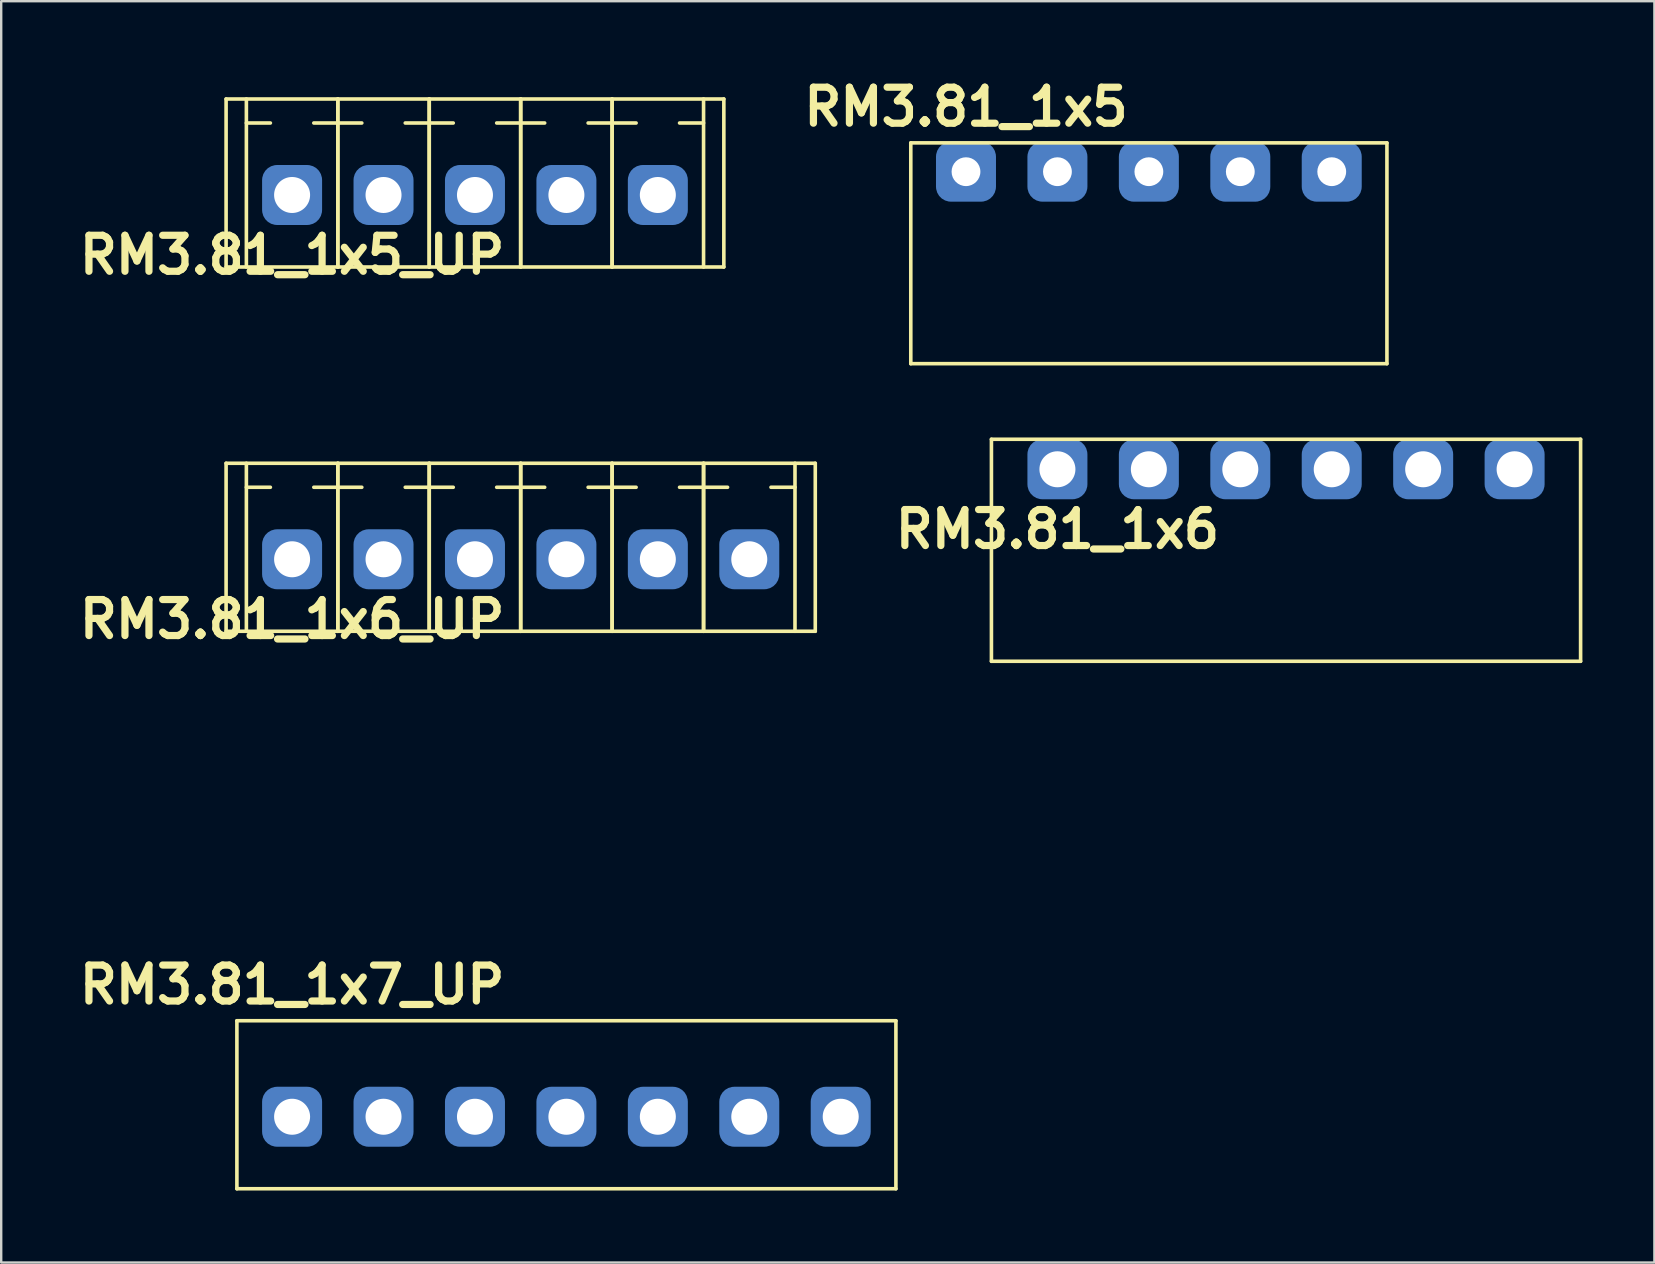
<source format=kicad_pcb>
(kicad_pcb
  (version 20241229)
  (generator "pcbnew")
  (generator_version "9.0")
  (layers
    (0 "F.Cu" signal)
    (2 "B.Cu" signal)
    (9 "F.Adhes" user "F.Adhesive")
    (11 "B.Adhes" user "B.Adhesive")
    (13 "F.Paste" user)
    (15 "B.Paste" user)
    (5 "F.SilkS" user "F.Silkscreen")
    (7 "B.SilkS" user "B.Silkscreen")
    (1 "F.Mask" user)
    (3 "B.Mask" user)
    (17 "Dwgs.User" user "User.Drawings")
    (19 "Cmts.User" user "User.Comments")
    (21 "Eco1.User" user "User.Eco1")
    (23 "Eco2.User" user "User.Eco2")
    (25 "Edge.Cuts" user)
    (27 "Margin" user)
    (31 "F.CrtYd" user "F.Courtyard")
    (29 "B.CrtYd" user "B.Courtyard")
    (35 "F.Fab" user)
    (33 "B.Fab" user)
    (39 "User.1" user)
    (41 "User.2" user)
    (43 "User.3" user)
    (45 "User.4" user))
  (footprint "RM3.81_1x5"
    (layer "F.Cu")
    (at 37.201 4.104)
    (property "Reference" "RM3.81_1x5" (at 0 -2.7 0) (layer "F.SilkS") (effects (font (size 1.5 1.5) (thickness 0.3))))
    (attr through_hole)
    (fp_line (start -2.3 -1.2) (end -2.3 8) (stroke (width 0.15) (type solid)) (layer "F.SilkS"))
    (fp_line (start -2.3 -1.2) (end 17.54 -1.2) (stroke (width 0.15) (type solid)) (layer "F.SilkS"))
    (fp_line (start -2.3 8) (end 17.54 8) (stroke (width 0.15) (type solid)) (layer "F.SilkS"))
    (fp_line (start 17.54 -1.2) (end 17.54 8) (stroke (width 0.15) (type solid)) (layer "F.SilkS"))
    (pad "0" thru_hole circle (at 0 0) (size 1.5 1.5) (drill 1.2) (layers "*.Cu" "*.Mask"))
    (pad "0" smd roundrect (at 0 0) (size 2.5 2.5) (layers "B.Cu" "B.Mask") (roundrect_rratio 0.25))
    (pad "1" thru_hole circle (at 3.81 0) (size 1.5 1.5) (drill 1.2) (layers "*.Cu" "*.Mask"))
    (pad "1" smd roundrect (at 3.81 0) (size 2.5 2.5) (layers "B.Cu" "B.Mask") (roundrect_rratio 0.25))
    (pad "2" thru_hole circle (at 7.62 0) (size 1.5 1.5) (drill 1.2) (layers "*.Cu" "*.Mask"))
    (pad "2" smd roundrect (at 7.62 0) (size 2.5 2.5) (layers "B.Cu" "B.Mask") (roundrect_rratio 0.25))
    (pad "3" thru_hole circle (at 11.43 0) (size 1.5 1.5) (drill 1.2) (layers "*.Cu" "*.Mask"))
    (pad "3" smd roundrect (at 11.43 0) (size 2.5 2.5) (layers "B.Cu" "B.Mask") (roundrect_rratio 0.25))
    (pad "4" thru_hole circle (at 15.24 0) (size 1.5 1.5) (drill 1.2) (layers "*.Cu" "*.Mask"))
    (pad "4" smd roundrect (at 15.24 0) (size 2.5 2.5) (layers "B.Cu" "B.Mask") (roundrect_rratio 0.25)))
  (footprint "RM3.81_1x6_UP"
    (layer "F.Cu")
    (at 9.121 20.254)
    (property "Reference" "RM3.81_1x6_UP" (at 0 2.5 0) (layer "F.SilkS") (effects (font (size 1.5 1.5) (thickness 0.3))))
    (attr through_hole)
    (fp_line (start -2.75 -4) (end -2.75 3) (stroke (width 0.15) (type solid)) (layer "F.SilkS"))
    (fp_line (start -2.75 -4) (end 21.8 -4) (stroke (width 0.15) (type solid)) (layer "F.SilkS"))
    (fp_line (start -2.75 3) (end 21.8 3) (stroke (width 0.15) (type solid)) (layer "F.SilkS"))
    (fp_line (start -1.905 -3) (end -0.905 -3) (stroke (width 0.15) (type solid)) (layer "F.SilkS"))
    (fp_line (start -1.905 3) (end -1.905 -4) (stroke (width 0.15) (type solid)) (layer "F.SilkS"))
    (fp_line (start 1.905 -3) (end 0.905 -3) (stroke (width 0.15) (type solid)) (layer "F.SilkS"))
    (fp_line (start 1.905 -3) (end 2.905 -3) (stroke (width 0.15) (type solid)) (layer "F.SilkS"))
    (fp_line (start 1.905 3) (end 1.905 -4) (stroke (width 0.15) (type solid)) (layer "F.SilkS"))
    (fp_line (start 1.905 3) (end 1.905 -4) (stroke (width 0.15) (type solid)) (layer "F.SilkS"))
    (fp_line (start 5.715 -3) (end 4.715 -3) (stroke (width 0.15) (type solid)) (layer "F.SilkS"))
    (fp_line (start 5.715 -3) (end 6.715 -3) (stroke (width 0.15) (type solid)) (layer "F.SilkS"))
    (fp_line (start 5.715 3) (end 5.715 -4) (stroke (width 0.15) (type solid)) (layer "F.SilkS"))
    (fp_line (start 5.715 3) (end 5.715 -4) (stroke (width 0.15) (type solid)) (layer "F.SilkS"))
    (fp_line (start 9.525 -3) (end 8.525 -3) (stroke (width 0.15) (type solid)) (layer "F.SilkS"))
    (fp_line (start 9.525 -3) (end 10.525 -3) (stroke (width 0.15) (type solid)) (layer "F.SilkS"))
    (fp_line (start 9.525 3) (end 9.525 -4) (stroke (width 0.15) (type solid)) (layer "F.SilkS"))
    (fp_line (start 9.525 3) (end 9.525 -4) (stroke (width 0.15) (type solid)) (layer "F.SilkS"))
    (fp_line (start 13.335 -3) (end 12.335 -3) (stroke (width 0.15) (type solid)) (layer "F.SilkS"))
    (fp_line (start 13.335 -3) (end 14.335 -3) (stroke (width 0.15) (type solid)) (layer "F.SilkS"))
    (fp_line (start 13.335 3) (end 13.335 -4) (stroke (width 0.15) (type solid)) (layer "F.SilkS"))
    (fp_line (start 13.335 3) (end 13.335 -4) (stroke (width 0.15) (type solid)) (layer "F.SilkS"))
    (fp_line (start 17.145 -3) (end 16.145 -3) (stroke (width 0.15) (type solid)) (layer "F.SilkS"))
    (fp_line (start 17.145 -3) (end 18.145 -3) (stroke (width 0.15) (type solid)) (layer "F.SilkS"))
    (fp_line (start 17.145 3) (end 17.145 -4) (stroke (width 0.15) (type solid)) (layer "F.SilkS"))
    (fp_line (start 17.145 3) (end 17.145 -4) (stroke (width 0.15) (type solid)) (layer "F.SilkS"))
    (fp_line (start 20.955 -3) (end 19.955 -3) (stroke (width 0.15) (type solid)) (layer "F.SilkS"))
    (fp_line (start 20.955 3) (end 20.955 -4) (stroke (width 0.15) (type solid)) (layer "F.SilkS"))
    (fp_line (start 21.8 -4) (end 21.8 3) (stroke (width 0.15) (type solid)) (layer "F.SilkS"))
    (fp_line (start -1.905 -5) (end 20.955 -5) (stroke (width 0.15) (type solid)) (layer "Margin"))
    (fp_line (start -1.905 6.5) (end -1.905 -5) (stroke (width 0.15) (type solid)) (layer "Margin"))
    (fp_line (start -1.905 6.5) (end 20.955 6.5) (stroke (width 0.15) (type solid)) (layer "Margin"))
    (fp_line (start -1 1.5) (end 1 1.5) (stroke (width 0.15) (type solid)) (layer "Margin"))
    (fp_line (start -1 4) (end -1 1.5) (stroke (width 0.15) (type solid)) (layer "Margin"))
    (fp_line (start -1 4) (end 1 4) (stroke (width 0.15) (type solid)) (layer "Margin"))
    (fp_line (start 1 4) (end 1 1.5) (stroke (width 0.15) (type solid)) (layer "Margin"))
    (fp_line (start 2.81 1.5) (end 4.81 1.5) (stroke (width 0.15) (type solid)) (layer "Margin"))
    (fp_line (start 2.81 4) (end 2.81 1.5) (stroke (width 0.15) (type solid)) (layer "Margin"))
    (fp_line (start 2.81 4) (end 4.81 4) (stroke (width 0.15) (type solid)) (layer "Margin"))
    (fp_line (start 4.81 4) (end 4.81 1.5) (stroke (width 0.15) (type solid)) (layer "Margin"))
    (fp_line (start 6.62 1.5) (end 8.62 1.5) (stroke (width 0.15) (type solid)) (layer "Margin"))
    (fp_line (start 6.62 4) (end 6.62 1.5) (stroke (width 0.15) (type solid)) (layer "Margin"))
    (fp_line (start 6.62 4) (end 8.62 4) (stroke (width 0.15) (type solid)) (layer "Margin"))
    (fp_line (start 8.62 4) (end 8.62 1.5) (stroke (width 0.15) (type solid)) (layer "Margin"))
    (fp_line (start 10.43 1.5) (end 12.43 1.5) (stroke (width 0.15) (type solid)) (layer "Margin"))
    (fp_line (start 10.43 4) (end 10.43 1.5) (stroke (width 0.15) (type solid)) (layer "Margin"))
    (fp_line (start 10.43 4) (end 12.43 4) (stroke (width 0.15) (type solid)) (layer "Margin"))
    (fp_line (start 12.43 4) (end 12.43 1.5) (stroke (width 0.15) (type solid)) (layer "Margin"))
    (fp_line (start 14.24 1.5) (end 16.24 1.5) (stroke (width 0.15) (type solid)) (layer "Margin"))
    (fp_line (start 14.24 4) (end 14.24 1.5) (stroke (width 0.15) (type solid)) (layer "Margin"))
    (fp_line (start 14.24 4) (end 16.24 4) (stroke (width 0.15) (type solid)) (layer "Margin"))
    (fp_line (start 16.24 4) (end 16.24 1.5) (stroke (width 0.15) (type solid)) (layer "Margin"))
    (fp_line (start 18.05 1.5) (end 20.05 1.5) (stroke (width 0.15) (type solid)) (layer "Margin"))
    (fp_line (start 18.05 4) (end 18.05 1.5) (stroke (width 0.15) (type solid)) (layer "Margin"))
    (fp_line (start 18.05 4) (end 20.05 4) (stroke (width 0.15) (type solid)) (layer "Margin"))
    (fp_line (start 20.05 4) (end 20.05 1.5) (stroke (width 0.15) (type solid)) (layer "Margin"))
    (fp_line (start 20.955 6.5) (end 20.955 -5) (stroke (width 0.15) (type solid)) (layer "Margin"))
    (pad "1" thru_hole circle (at 0 0) (size 1.8 1.8) (drill 1.5) (layers "*.Cu" "*.Mask"))
    (pad "1" smd roundrect (at 0 0) (size 2.5 2.5) (layers "B.Cu" "B.Mask") (roundrect_rratio 0.25))
    (pad "2" thru_hole circle (at 3.81 0) (size 1.8 1.8) (drill 1.5) (layers "*.Cu" "*.Mask"))
    (pad "2" smd roundrect (at 3.81 0) (size 2.5 2.5) (layers "B.Cu" "B.Mask") (roundrect_rratio 0.25))
    (pad "3" thru_hole circle (at 7.62 0) (size 1.8 1.8) (drill 1.5) (layers "*.Cu" "*.Mask"))
    (pad "3" smd roundrect (at 7.62 0) (size 2.5 2.5) (layers "B.Cu" "B.Mask") (roundrect_rratio 0.25))
    (pad "4" thru_hole circle (at 11.43 0) (size 1.8 1.8) (drill 1.5) (layers "*.Cu" "*.Mask"))
    (pad "4" smd roundrect (at 11.43 0) (size 2.5 2.5) (layers "B.Cu" "B.Mask") (roundrect_rratio 0.25))
    (pad "5" thru_hole circle (at 15.24 0) (size 1.8 1.8) (drill 1.5) (layers "*.Cu" "*.Mask"))
    (pad "5" smd roundrect (at 15.24 0) (size 2.5 2.5) (layers "B.Cu" "B.Mask") (roundrect_rratio 0.25))
    (pad "6" thru_hole circle (at 19.05 0) (size 1.8 1.8) (drill 1.5) (layers "*.Cu" "*.Mask"))
    (pad "6" smd roundrect (at 19.05 0) (size 2.5 2.5) (layers "B.Cu" "B.Mask") (roundrect_rratio 0.25)))
  (footprint "RM3.81_1x7_UP"
    (layer "F.Cu")
    (at 9.121 43.483)
    (property "Reference" "RM3.81_1x7_UP" (at 0 -5.5 0) (layer "F.SilkS") (effects (font (size 1.5 1.5) (thickness 0.3))))
    (attr through_hole)
    (fp_line (start -2.3 -4) (end -2.3 3) (stroke (width 0.15) (type solid)) (layer "F.SilkS"))
    (fp_line (start -2.3 -4) (end 25.16 -4) (stroke (width 0.15) (type solid)) (layer "F.SilkS"))
    (fp_line (start -2.3 3) (end 25.16 3) (stroke (width 0.15) (type solid)) (layer "F.SilkS"))
    (fp_line (start 25.16 -4) (end 25.16 3) (stroke (width 0.15) (type solid)) (layer "F.SilkS"))
    (pad "1" thru_hole circle (at 0 0) (size 1.8 1.8) (drill 1.5) (layers "*.Cu" "*.Mask"))
    (pad "1" smd roundrect (at 0 0) (size 2.5 2.5) (layers "B.Cu" "B.Mask") (roundrect_rratio 0.25))
    (pad "2" thru_hole circle (at 3.81 0) (size 1.8 1.8) (drill 1.5) (layers "*.Cu" "*.Mask"))
    (pad "2" smd roundrect (at 3.81 0) (size 2.5 2.5) (layers "B.Cu" "B.Mask") (roundrect_rratio 0.25))
    (pad "3" thru_hole circle (at 7.62 0) (size 1.8 1.8) (drill 1.5) (layers "*.Cu" "*.Mask"))
    (pad "3" smd roundrect (at 7.62 0) (size 2.5 2.5) (layers "B.Cu" "B.Mask") (roundrect_rratio 0.25))
    (pad "4" thru_hole circle (at 11.43 0) (size 1.8 1.8) (drill 1.5) (layers "*.Cu" "*.Mask"))
    (pad "4" smd roundrect (at 11.43 0) (size 2.5 2.5) (layers "B.Cu" "B.Mask") (roundrect_rratio 0.25))
    (pad "5" thru_hole circle (at 15.24 0) (size 1.8 1.8) (drill 1.5) (layers "*.Cu" "*.Mask"))
    (pad "5" smd roundrect (at 15.24 0) (size 2.5 2.5) (layers "B.Cu" "B.Mask") (roundrect_rratio 0.25))
    (pad "6" thru_hole circle (at 19.05 0) (size 1.8 1.8) (drill 1.5) (layers "*.Cu" "*.Mask"))
    (pad "6" smd roundrect (at 19.05 0) (size 2.5 2.5) (layers "B.Cu" "B.Mask") (roundrect_rratio 0.25))
    (pad "7" thru_hole circle (at 22.86 0) (size 1.8 1.8) (drill 1.5) (layers "*.Cu" "*.Mask"))
    (pad "7" smd roundrect (at 22.86 0) (size 2.5 2.5) (layers "B.Cu" "B.Mask") (roundrect_rratio 0.25)))
  (footprint "RM3.81_1x5_UP"
    (layer "F.Cu")
    (at 9.121 5.075)
    (property "Reference" "RM3.81_1x5_UP" (at 0 2.5 0) (layer "F.SilkS") (effects (font (size 1.5 1.5) (thickness 0.3))))
    (attr through_hole)
    (fp_line (start -2.75 -4) (end -2.75 3) (stroke (width 0.15) (type solid)) (layer "F.SilkS"))
    (fp_line (start -2.75 -4) (end 17.99 -4) (stroke (width 0.15) (type solid)) (layer "F.SilkS"))
    (fp_line (start -2.75 3) (end 17.99 3) (stroke (width 0.15) (type solid)) (layer "F.SilkS"))
    (fp_line (start -1.905 -3) (end -0.905 -3) (stroke (width 0.15) (type solid)) (layer "F.SilkS"))
    (fp_line (start -1.905 3) (end -1.905 -4) (stroke (width 0.15) (type solid)) (layer "F.SilkS"))
    (fp_line (start 1.905 -3) (end 0.905 -3) (stroke (width 0.15) (type solid)) (layer "F.SilkS"))
    (fp_line (start 1.905 -3) (end 2.905 -3) (stroke (width 0.15) (type solid)) (layer "F.SilkS"))
    (fp_line (start 1.905 3) (end 1.905 -4) (stroke (width 0.15) (type solid)) (layer "F.SilkS"))
    (fp_line (start 1.905 3) (end 1.905 -4) (stroke (width 0.15) (type solid)) (layer "F.SilkS"))
    (fp_line (start 5.715 -3) (end 4.715 -3) (stroke (width 0.15) (type solid)) (layer "F.SilkS"))
    (fp_line (start 5.715 -3) (end 6.715 -3) (stroke (width 0.15) (type solid)) (layer "F.SilkS"))
    (fp_line (start 5.715 3) (end 5.715 -4) (stroke (width 0.15) (type solid)) (layer "F.SilkS"))
    (fp_line (start 5.715 3) (end 5.715 -4) (stroke (width 0.15) (type solid)) (layer "F.SilkS"))
    (fp_line (start 9.525 -3) (end 8.525 -3) (stroke (width 0.15) (type solid)) (layer "F.SilkS"))
    (fp_line (start 9.525 -3) (end 10.525 -3) (stroke (width 0.15) (type solid)) (layer "F.SilkS"))
    (fp_line (start 9.525 3) (end 9.525 -4) (stroke (width 0.15) (type solid)) (layer "F.SilkS"))
    (fp_line (start 9.525 3) (end 9.525 -4) (stroke (width 0.15) (type solid)) (layer "F.SilkS"))
    (fp_line (start 13.335 -3) (end 12.335 -3) (stroke (width 0.15) (type solid)) (layer "F.SilkS"))
    (fp_line (start 13.335 -3) (end 14.335 -3) (stroke (width 0.15) (type solid)) (layer "F.SilkS"))
    (fp_line (start 13.335 3) (end 13.335 -4) (stroke (width 0.15) (type solid)) (layer "F.SilkS"))
    (fp_line (start 13.335 3) (end 13.335 -4) (stroke (width 0.15) (type solid)) (layer "F.SilkS"))
    (fp_line (start 17.145 -3) (end 16.145 -3) (stroke (width 0.15) (type solid)) (layer "F.SilkS"))
    (fp_line (start 17.145 3) (end 17.145 -4) (stroke (width 0.15) (type solid)) (layer "F.SilkS"))
    (fp_line (start 17.99 -4) (end 17.99 3) (stroke (width 0.15) (type solid)) (layer "F.SilkS"))
    (fp_line (start -1.905 -5) (end 17.145 -5) (stroke (width 0.15) (type solid)) (layer "Margin"))
    (fp_line (start -1.905 6.5) (end -1.905 -5) (stroke (width 0.15) (type solid)) (layer "Margin"))
    (fp_line (start -1.905 6.5) (end 17.145 6.5) (stroke (width 0.15) (type solid)) (layer "Margin"))
    (fp_line (start -1 1.5) (end 1 1.5) (stroke (width 0.15) (type solid)) (layer "Margin"))
    (fp_line (start -1 4) (end -1 1.5) (stroke (width 0.15) (type solid)) (layer "Margin"))
    (fp_line (start -1 4) (end 1 4) (stroke (width 0.15) (type solid)) (layer "Margin"))
    (fp_line (start 1 4) (end 1 1.5) (stroke (width 0.15) (type solid)) (layer "Margin"))
    (fp_line (start 2.81 1.5) (end 4.81 1.5) (stroke (width 0.15) (type solid)) (layer "Margin"))
    (fp_line (start 2.81 4) (end 2.81 1.5) (stroke (width 0.15) (type solid)) (layer "Margin"))
    (fp_line (start 2.81 4) (end 4.81 4) (stroke (width 0.15) (type solid)) (layer "Margin"))
    (fp_line (start 4.81 4) (end 4.81 1.5) (stroke (width 0.15) (type solid)) (layer "Margin"))
    (fp_line (start 6.62 1.5) (end 8.62 1.5) (stroke (width 0.15) (type solid)) (layer "Margin"))
    (fp_line (start 6.62 4) (end 6.62 1.5) (stroke (width 0.15) (type solid)) (layer "Margin"))
    (fp_line (start 6.62 4) (end 8.62 4) (stroke (width 0.15) (type solid)) (layer "Margin"))
    (fp_line (start 8.62 4) (end 8.62 1.5) (stroke (width 0.15) (type solid)) (layer "Margin"))
    (fp_line (start 10.43 1.5) (end 12.43 1.5) (stroke (width 0.15) (type solid)) (layer "Margin"))
    (fp_line (start 10.43 4) (end 10.43 1.5) (stroke (width 0.15) (type solid)) (layer "Margin"))
    (fp_line (start 10.43 4) (end 12.43 4) (stroke (width 0.15) (type solid)) (layer "Margin"))
    (fp_line (start 12.43 4) (end 12.43 1.5) (stroke (width 0.15) (type solid)) (layer "Margin"))
    (fp_line (start 14.24 1.5) (end 16.24 1.5) (stroke (width 0.15) (type solid)) (layer "Margin"))
    (fp_line (start 14.24 4) (end 14.24 1.5) (stroke (width 0.15) (type solid)) (layer "Margin"))
    (fp_line (start 14.24 4) (end 16.24 4) (stroke (width 0.15) (type solid)) (layer "Margin"))
    (fp_line (start 16.24 4) (end 16.24 1.5) (stroke (width 0.15) (type solid)) (layer "Margin"))
    (fp_line (start 17.145 6.5) (end 17.145 -5) (stroke (width 0.15) (type solid)) (layer "Margin"))
    (pad "1" thru_hole circle (at 0 0) (size 1.8 1.8) (drill 1.5) (layers "*.Cu" "*.Mask"))
    (pad "1" smd roundrect (at 0 0) (size 2.5 2.5) (layers "B.Cu" "B.Mask") (roundrect_rratio 0.25))
    (pad "2" thru_hole circle (at 3.81 0) (size 1.8 1.8) (drill 1.5) (layers "*.Cu" "*.Mask"))
    (pad "2" smd roundrect (at 3.81 0) (size 2.5 2.5) (layers "B.Cu" "B.Mask") (roundrect_rratio 0.25))
    (pad "3" thru_hole circle (at 7.62 0) (size 1.8 1.8) (drill 1.5) (layers "*.Cu" "*.Mask"))
    (pad "3" smd roundrect (at 7.62 0) (size 2.5 2.5) (layers "B.Cu" "B.Mask") (roundrect_rratio 0.25))
    (pad "4" thru_hole circle (at 11.43 0) (size 1.8 1.8) (drill 1.5) (layers "*.Cu" "*.Mask"))
    (pad "4" smd roundrect (at 11.43 0) (size 2.5 2.5) (layers "B.Cu" "B.Mask") (roundrect_rratio 0.25))
    (pad "5" thru_hole circle (at 15.24 0) (size 1.8 1.8) (drill 1.5) (layers "*.Cu" "*.Mask"))
    (pad "5" smd roundrect (at 15.24 0) (size 2.5 2.5) (layers "B.Cu" "B.Mask") (roundrect_rratio 0.25)))
  (footprint "RM3.81_1x6"
    (layer "F.Cu")
    (at 41.011 16.504)
    (property "Reference" "RM3.81_1x6" (at 0 2.5 0) (layer "F.SilkS") (effects (font (size 1.5 1.5) (thickness 0.3))))
    (attr through_hole)
    (fp_line (start -2.75 -1.25) (end -2.75 8) (stroke (width 0.15) (type solid)) (layer "F.SilkS"))
    (fp_line (start -2.75 -1.25) (end 21.8 -1.25) (stroke (width 0.15) (type solid)) (layer "F.SilkS"))
    (fp_line (start -2.75 8) (end 21.8 8) (stroke (width 0.15) (type solid)) (layer "F.SilkS"))
    (fp_line (start 21.8 -1.25) (end 21.8 8) (stroke (width 0.15) (type solid)) (layer "F.SilkS"))
    (fp_line (start -1.905 17) (end -1.905 8) (stroke (width 0.15) (type solid)) (layer "Margin"))
    (fp_line (start -1.905 17) (end 20.955 17) (stroke (width 0.15) (type solid)) (layer "Margin"))
    (fp_line (start -1.5 12) (end 1.5 12) (stroke (width 0.15) (type solid)) (layer "Margin"))
    (fp_line (start 2.31 12) (end 5.31 12) (stroke (width 0.15) (type solid)) (layer "Margin"))
    (fp_line (start 6.12 12) (end 9.12 12) (stroke (width 0.15) (type solid)) (layer "Margin"))
    (fp_line (start 9.93 12) (end 12.93 12) (stroke (width 0.15) (type solid)) (layer "Margin"))
    (fp_line (start 13.74 12) (end 16.74 12) (stroke (width 0.15) (type solid)) (layer "Margin"))
    (fp_line (start 17.55 12) (end 20.55 12) (stroke (width 0.15) (type solid)) (layer "Margin"))
    (fp_line (start 20.955 17) (end 20.955 8) (stroke (width 0.15) (type solid)) (layer "Margin"))
    (fp_circle (center 0 12) (end 0 10.5) (stroke (width 0.15) (type solid)) (fill no) (layer "Margin"))
    (fp_circle (center 3.81 12) (end 3.81 10.5) (stroke (width 0.15) (type solid)) (fill no) (layer "Margin"))
    (fp_circle (center 7.62 12) (end 7.62 10.5) (stroke (width 0.15) (type solid)) (fill no) (layer "Margin"))
    (fp_circle (center 11.43 12) (end 11.43 10.5) (stroke (width 0.15) (type solid)) (fill no) (layer "Margin"))
    (fp_circle (center 15.24 12) (end 15.24 10.5) (stroke (width 0.15) (type solid)) (fill no) (layer "Margin"))
    (fp_circle (center 19.05 12) (end 19.05 10.5) (stroke (width 0.15) (type solid)) (fill no) (layer "Margin"))
    (pad "1" thru_hole circle (at 0 0) (size 1.8 1.8) (drill 1.5) (layers "*.Cu" "*.Mask"))
    (pad "1" smd roundrect (at 0 0) (size 2.5 2.5) (layers "B.Cu" "B.Mask") (roundrect_rratio 0.25))
    (pad "2" thru_hole circle (at 3.81 0) (size 1.8 1.8) (drill 1.5) (layers "*.Cu" "*.Mask"))
    (pad "2" smd roundrect (at 3.81 0) (size 2.5 2.5) (layers "B.Cu" "B.Mask") (roundrect_rratio 0.25))
    (pad "3" thru_hole circle (at 7.62 0) (size 1.8 1.8) (drill 1.5) (layers "*.Cu" "*.Mask"))
    (pad "3" smd roundrect (at 7.62 0) (size 2.5 2.5) (layers "B.Cu" "B.Mask") (roundrect_rratio 0.25))
    (pad "4" thru_hole circle (at 11.43 0) (size 1.8 1.8) (drill 1.5) (layers "*.Cu" "*.Mask"))
    (pad "4" smd roundrect (at 11.43 0) (size 2.5 2.5) (layers "B.Cu" "B.Mask") (roundrect_rratio 0.25))
    (pad "5" thru_hole circle (at 15.24 0) (size 1.8 1.8) (drill 1.5) (layers "*.Cu" "*.Mask"))
    (pad "5" smd roundrect (at 15.24 0) (size 2.5 2.5) (layers "B.Cu" "B.Mask") (roundrect_rratio 0.25))
    (pad "6" thru_hole circle (at 19.05 0) (size 1.8 1.8) (drill 1.5) (layers "*.Cu" "*.Mask"))
    (pad "6" smd roundrect (at 19.05 0) (size 2.5 2.5) (layers "B.Cu" "B.Mask") (roundrect_rratio 0.25)))
  (gr_rect
    (start -3 -3)
    (end 65.886 49.558)
    (stroke (width 0.1) (type default))
    (fill no)
    (layer "Edge.Cuts")))
</source>
